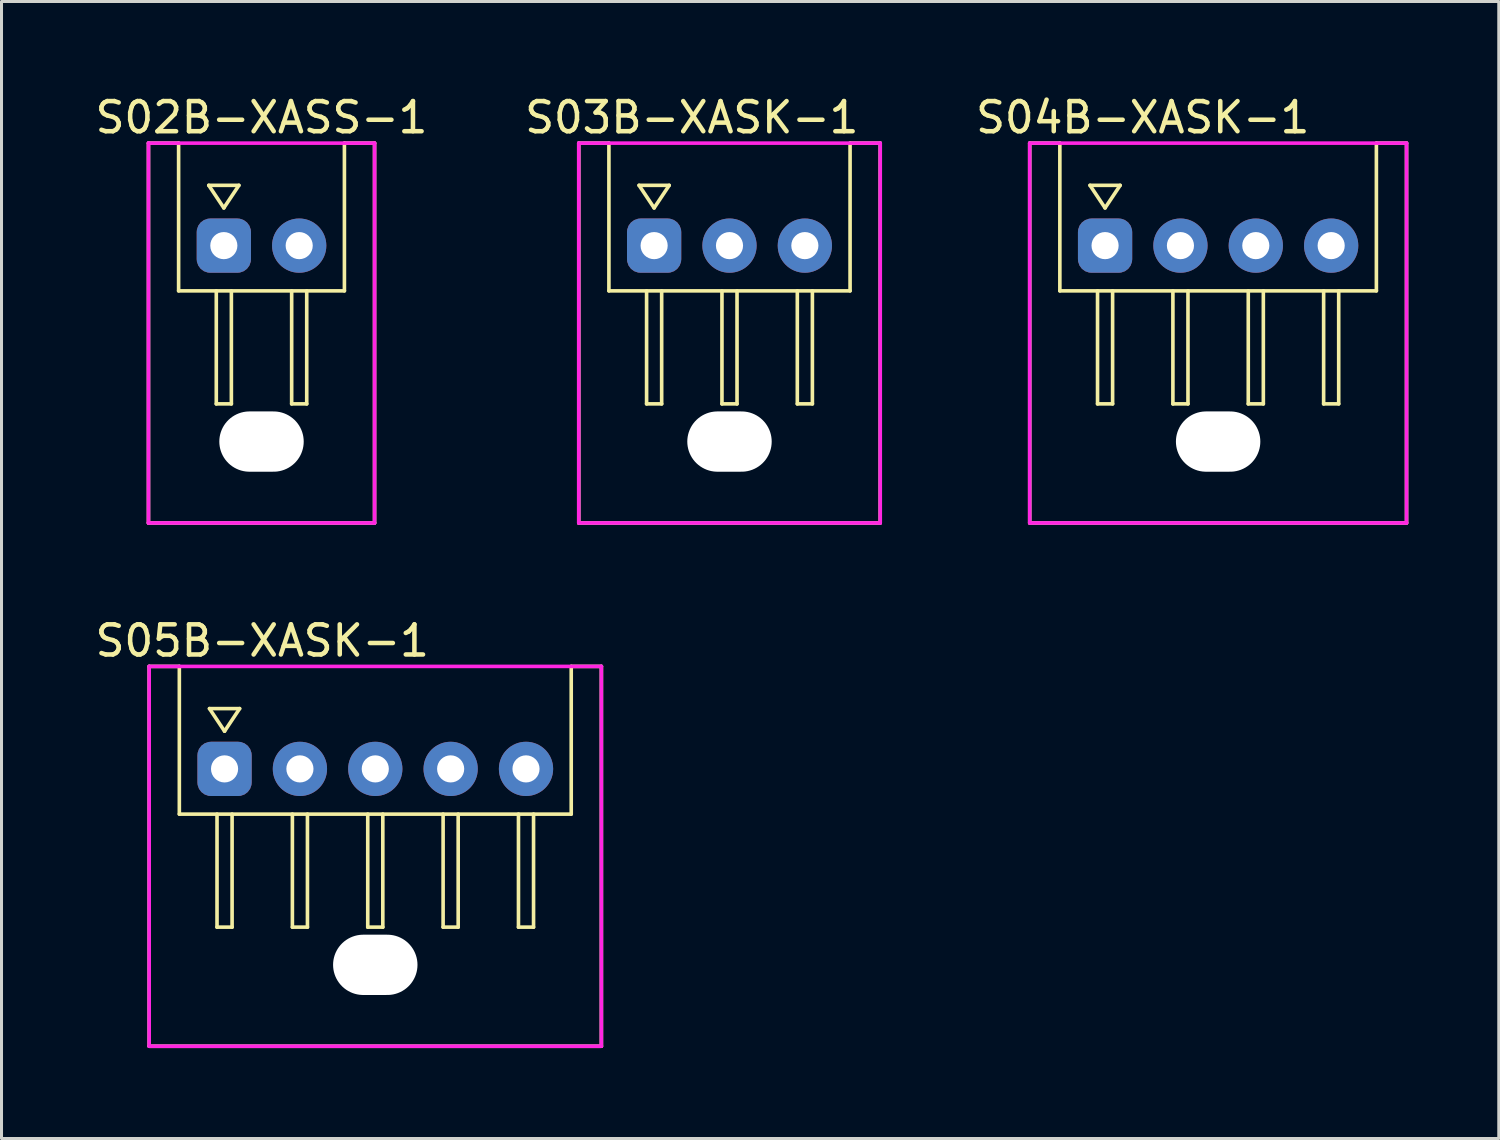
<source format=kicad_pcb>
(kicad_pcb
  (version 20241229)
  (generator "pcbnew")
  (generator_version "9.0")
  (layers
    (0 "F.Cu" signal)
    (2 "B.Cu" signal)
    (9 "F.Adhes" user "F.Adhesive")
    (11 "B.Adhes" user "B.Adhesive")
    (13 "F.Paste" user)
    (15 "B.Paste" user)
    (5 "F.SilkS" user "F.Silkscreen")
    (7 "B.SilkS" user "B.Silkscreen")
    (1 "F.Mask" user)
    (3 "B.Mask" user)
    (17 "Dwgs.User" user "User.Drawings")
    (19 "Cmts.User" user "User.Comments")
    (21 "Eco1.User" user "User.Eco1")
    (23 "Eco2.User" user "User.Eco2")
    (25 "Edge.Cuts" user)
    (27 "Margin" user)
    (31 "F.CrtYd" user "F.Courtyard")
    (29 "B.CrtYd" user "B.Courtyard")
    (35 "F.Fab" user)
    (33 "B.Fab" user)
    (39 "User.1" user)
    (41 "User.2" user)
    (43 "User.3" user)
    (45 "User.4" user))
  (footprint "S02B-XASS-1"
    (layer "F.Cu")
    (at 4.375 5.098)
    (property "Reference" "S02B-XASS-1" (at 1.25 -4.25 180) (layer "F.SilkS") (effects (font (size 1 1) (thickness 0.15))))
    (attr through_hole)
    (fp_line (start -2.5 -3.4) (end -1.5 -3.4) (stroke (width 0.12) (type solid)) (layer "F.SilkS"))
    (fp_line (start -2.5 9.2) (end -2.5 -3.4) (stroke (width 0.12) (type solid)) (layer "F.SilkS"))
    (fp_line (start -1.5 1.5) (end -1.5 -3.4) (stroke (width 0.12) (type solid)) (layer "F.SilkS"))
    (fp_line (start -0.5 -2) (end 0 -1.25) (stroke (width 0.12) (type solid)) (layer "F.SilkS"))
    (fp_line (start -0.25 5.25) (end -0.25 1.5) (stroke (width 0.12) (type solid)) (layer "F.SilkS"))
    (fp_line (start 0 -1.25) (end 0.5 -2) (stroke (width 0.12) (type solid)) (layer "F.SilkS"))
    (fp_line (start 0.25 1.5) (end 0.25 5.25) (stroke (width 0.12) (type solid)) (layer "F.SilkS"))
    (fp_line (start 0.25 5.25) (end -0.25 5.25) (stroke (width 0.12) (type solid)) (layer "F.SilkS"))
    (fp_line (start 0.5 -2) (end -0.5 -2) (stroke (width 0.12) (type solid)) (layer "F.SilkS"))
    (fp_line (start 2.25 5.25) (end 2.25 1.5) (stroke (width 0.12) (type solid)) (layer "F.SilkS"))
    (fp_line (start 2.75 1.5) (end 2.75 5.25) (stroke (width 0.12) (type solid)) (layer "F.SilkS"))
    (fp_line (start 2.75 5.25) (end 2.25 5.25) (stroke (width 0.12) (type solid)) (layer "F.SilkS"))
    (fp_line (start 4 -3.4) (end 4 1.5) (stroke (width 0.12) (type solid)) (layer "F.SilkS"))
    (fp_line (start 4 -3.4) (end 5 -3.4) (stroke (width 0.12) (type solid)) (layer "F.SilkS"))
    (fp_line (start 4 1.5) (end -1.5 1.5) (stroke (width 0.12) (type solid)) (layer "F.SilkS"))
    (fp_line (start 5 -3.4) (end 5 9.2) (stroke (width 0.12) (type solid)) (layer "F.SilkS"))
    (fp_line (start 5 9.2) (end -2.5 9.2) (stroke (width 0.12) (type solid)) (layer "F.SilkS"))
    (fp_line (start -2.5 -3.4) (end 5 -3.4) (stroke (width 0.12) (type solid)) (layer "F.CrtYd"))
    (fp_line (start -2.5 9.2) (end -2.5 -3.4) (stroke (width 0.12) (type solid)) (layer "F.CrtYd"))
    (fp_line (start 5 -3.4) (end 5 9.2) (stroke (width 0.12) (type solid)) (layer "F.CrtYd"))
    (fp_line (start 5 9.2) (end -2.5 9.2) (stroke (width 0.12) (type solid)) (layer "F.CrtYd"))
    (pad "" np_thru_hole oval (at 1.25 6.5 180) (size 2.8 2) (drill oval 2.8 2) (layers "*.Cu" "*.Mask"))
    (pad "1" thru_hole roundrect (at 0 0) (size 1.8 1.8) (drill 0.9) (layers "*.Cu" "*.Mask") (roundrect_rratio 0.25))
    (pad "2" thru_hole circle (at 2.5 0) (size 1.8 1.8) (drill 0.9) (layers "*.Cu" "*.Mask")))
  (footprint "S04B-XASK-1"
    (layer "F.Cu")
    (at 33.608 5.098)
    (property "Reference" "S04B-XASK-1" (at 1.25 -4.25 180) (layer "F.SilkS") (effects (font (size 1 1) (thickness 0.15))))
    (attr through_hole)
    (fp_line (start -2.5 -3.4) (end -1.5 -3.4) (stroke (width 0.12) (type solid)) (layer "F.SilkS"))
    (fp_line (start -2.5 9.2) (end -2.5 -3.4) (stroke (width 0.12) (type solid)) (layer "F.SilkS"))
    (fp_line (start -1.5 1.5) (end -1.5 -3.4) (stroke (width 0.12) (type solid)) (layer "F.SilkS"))
    (fp_line (start -0.5 -2) (end 0 -1.25) (stroke (width 0.12) (type solid)) (layer "F.SilkS"))
    (fp_line (start -0.25 5.25) (end -0.25 1.5) (stroke (width 0.12) (type solid)) (layer "F.SilkS"))
    (fp_line (start 0 -1.25) (end 0.5 -2) (stroke (width 0.12) (type solid)) (layer "F.SilkS"))
    (fp_line (start 0.25 1.5) (end 0.25 5.25) (stroke (width 0.12) (type solid)) (layer "F.SilkS"))
    (fp_line (start 0.25 5.25) (end -0.25 5.25) (stroke (width 0.12) (type solid)) (layer "F.SilkS"))
    (fp_line (start 0.5 -2) (end -0.5 -2) (stroke (width 0.12) (type solid)) (layer "F.SilkS"))
    (fp_line (start 2.25 5.25) (end 2.25 1.5) (stroke (width 0.12) (type solid)) (layer "F.SilkS"))
    (fp_line (start 2.75 1.5) (end 2.75 5.25) (stroke (width 0.12) (type solid)) (layer "F.SilkS"))
    (fp_line (start 2.75 5.25) (end 2.25 5.25) (stroke (width 0.12) (type solid)) (layer "F.SilkS"))
    (fp_line (start 4.75 5.25) (end 4.75 1.5) (stroke (width 0.12) (type solid)) (layer "F.SilkS"))
    (fp_line (start 5.25 1.5) (end 5.25 5.25) (stroke (width 0.12) (type solid)) (layer "F.SilkS"))
    (fp_line (start 5.25 5.25) (end 4.75 5.25) (stroke (width 0.12) (type solid)) (layer "F.SilkS"))
    (fp_line (start 7.25 5.25) (end 7.25 1.5) (stroke (width 0.12) (type solid)) (layer "F.SilkS"))
    (fp_line (start 7.75 1.5) (end 7.75 5.25) (stroke (width 0.12) (type solid)) (layer "F.SilkS"))
    (fp_line (start 7.75 5.25) (end 7.25 5.25) (stroke (width 0.12) (type solid)) (layer "F.SilkS"))
    (fp_line (start 9 -3.4) (end 9 1.5) (stroke (width 0.12) (type solid)) (layer "F.SilkS"))
    (fp_line (start 9 -3.4) (end 10 -3.4) (stroke (width 0.12) (type solid)) (layer "F.SilkS"))
    (fp_line (start 9 1.5) (end -1.5 1.5) (stroke (width 0.12) (type solid)) (layer "F.SilkS"))
    (fp_line (start 10 -3.4) (end 10 9.2) (stroke (width 0.12) (type solid)) (layer "F.SilkS"))
    (fp_line (start 10 9.2) (end -2.5 9.2) (stroke (width 0.12) (type solid)) (layer "F.SilkS"))
    (fp_line (start -2.5 -3.4) (end 10 -3.4) (stroke (width 0.12) (type solid)) (layer "F.CrtYd"))
    (fp_line (start -2.5 9.2) (end -2.5 -3.4) (stroke (width 0.12) (type solid)) (layer "F.CrtYd"))
    (fp_line (start 10 -3.4) (end 10 9.2) (stroke (width 0.12) (type solid)) (layer "F.CrtYd"))
    (fp_line (start 10 9.2) (end -2.5 9.2) (stroke (width 0.12) (type solid)) (layer "F.CrtYd"))
    (pad "" np_thru_hole oval (at 3.75 6.5 180) (size 2.8 2) (drill oval 2.8 2) (layers "*.Cu" "*.Mask"))
    (pad "1" thru_hole roundrect (at 0 0) (size 1.8 1.8) (drill 0.9) (layers "*.Cu" "*.Mask") (roundrect_rratio 0.25))
    (pad "2" thru_hole circle (at 2.5 0) (size 1.8 1.8) (drill 0.9) (layers "*.Cu" "*.Mask"))
    (pad "3" thru_hole circle (at 5 0) (size 1.8 1.8) (drill 0.9) (layers "*.Cu" "*.Mask"))
    (pad "4" thru_hole circle (at 7.5 0) (size 1.8 1.8) (drill 0.9) (layers "*.Cu" "*.Mask")))
  (footprint "S03B-XASK-1"
    (layer "F.Cu")
    (at 18.649 5.098)
    (property "Reference" "S03B-XASK-1" (at 1.25 -4.25 180) (layer "F.SilkS") (effects (font (size 1 1) (thickness 0.15))))
    (attr through_hole)
    (fp_line (start -2.5 -3.4) (end -1.5 -3.4) (stroke (width 0.12) (type solid)) (layer "F.SilkS"))
    (fp_line (start -2.5 9.2) (end -2.5 -3.4) (stroke (width 0.12) (type solid)) (layer "F.SilkS"))
    (fp_line (start -1.5 1.5) (end -1.5 -3.4) (stroke (width 0.12) (type solid)) (layer "F.SilkS"))
    (fp_line (start -0.5 -2) (end 0 -1.25) (stroke (width 0.12) (type solid)) (layer "F.SilkS"))
    (fp_line (start -0.25 5.25) (end -0.25 1.5) (stroke (width 0.12) (type solid)) (layer "F.SilkS"))
    (fp_line (start 0 -1.25) (end 0.5 -2) (stroke (width 0.12) (type solid)) (layer "F.SilkS"))
    (fp_line (start 0.25 1.5) (end 0.25 5.25) (stroke (width 0.12) (type solid)) (layer "F.SilkS"))
    (fp_line (start 0.25 5.25) (end -0.25 5.25) (stroke (width 0.12) (type solid)) (layer "F.SilkS"))
    (fp_line (start 0.5 -2) (end -0.5 -2) (stroke (width 0.12) (type solid)) (layer "F.SilkS"))
    (fp_line (start 2.25 5.25) (end 2.25 1.5) (stroke (width 0.12) (type solid)) (layer "F.SilkS"))
    (fp_line (start 2.75 1.5) (end 2.75 5.25) (stroke (width 0.12) (type solid)) (layer "F.SilkS"))
    (fp_line (start 2.75 5.25) (end 2.25 5.25) (stroke (width 0.12) (type solid)) (layer "F.SilkS"))
    (fp_line (start 4.75 5.25) (end 4.75 1.5) (stroke (width 0.12) (type solid)) (layer "F.SilkS"))
    (fp_line (start 5.25 1.5) (end 5.25 5.25) (stroke (width 0.12) (type solid)) (layer "F.SilkS"))
    (fp_line (start 5.25 5.25) (end 4.75 5.25) (stroke (width 0.12) (type solid)) (layer "F.SilkS"))
    (fp_line (start 6.5 -3.4) (end 6.5 1.5) (stroke (width 0.12) (type solid)) (layer "F.SilkS"))
    (fp_line (start 6.5 -3.4) (end 7.5 -3.4) (stroke (width 0.12) (type solid)) (layer "F.SilkS"))
    (fp_line (start 6.5 1.5) (end -1.5 1.5) (stroke (width 0.12) (type solid)) (layer "F.SilkS"))
    (fp_line (start 7.5 -3.4) (end 7.5 9.2) (stroke (width 0.12) (type solid)) (layer "F.SilkS"))
    (fp_line (start 7.5 9.2) (end -2.5 9.2) (stroke (width 0.12) (type solid)) (layer "F.SilkS"))
    (fp_line (start -2.5 -3.4) (end 7.5 -3.4) (stroke (width 0.12) (type solid)) (layer "F.CrtYd"))
    (fp_line (start -2.5 9.2) (end -2.5 -3.4) (stroke (width 0.12) (type solid)) (layer "F.CrtYd"))
    (fp_line (start 7.5 -3.4) (end 7.5 9.2) (stroke (width 0.12) (type solid)) (layer "F.CrtYd"))
    (fp_line (start 7.5 9.2) (end -2.5 9.2) (stroke (width 0.12) (type solid)) (layer "F.CrtYd"))
    (pad "" np_thru_hole oval (at 2.5 6.5 180) (size 2.8 2) (drill oval 2.8 2) (layers "*.Cu" "*.Mask"))
    (pad "1" thru_hole roundrect (at 0 0) (size 1.8 1.8) (drill 0.9) (layers "*.Cu" "*.Mask") (roundrect_rratio 0.25))
    (pad "2" thru_hole circle (at 2.5 0) (size 1.8 1.8) (drill 0.9) (layers "*.Cu" "*.Mask"))
    (pad "3" thru_hole circle (at 5 0) (size 1.8 1.8) (drill 0.9) (layers "*.Cu" "*.Mask")))
  (footprint "S05B-XASK-1"
    (layer "F.Cu")
    (at 4.399 22.456)
    (property "Reference" "S05B-XASK-1" (at 1.25 -4.25 180) (layer "F.SilkS") (effects (font (size 1 1) (thickness 0.15))))
    (attr through_hole)
    (fp_line (start -2.5 -3.4) (end -1.5 -3.4) (stroke (width 0.12) (type solid)) (layer "F.SilkS"))
    (fp_line (start -2.5 9.2) (end -2.5 -3.4) (stroke (width 0.12) (type solid)) (layer "F.SilkS"))
    (fp_line (start -1.5 1.5) (end -1.5 -3.4) (stroke (width 0.12) (type solid)) (layer "F.SilkS"))
    (fp_line (start -0.5 -2) (end 0 -1.25) (stroke (width 0.12) (type solid)) (layer "F.SilkS"))
    (fp_line (start -0.25 5.25) (end -0.25 1.5) (stroke (width 0.12) (type solid)) (layer "F.SilkS"))
    (fp_line (start 0 -1.25) (end 0.5 -2) (stroke (width 0.12) (type solid)) (layer "F.SilkS"))
    (fp_line (start 0.25 1.5) (end 0.25 5.25) (stroke (width 0.12) (type solid)) (layer "F.SilkS"))
    (fp_line (start 0.25 5.25) (end -0.25 5.25) (stroke (width 0.12) (type solid)) (layer "F.SilkS"))
    (fp_line (start 0.5 -2) (end -0.5 -2) (stroke (width 0.12) (type solid)) (layer "F.SilkS"))
    (fp_line (start 2.25 5.25) (end 2.25 1.5) (stroke (width 0.12) (type solid)) (layer "F.SilkS"))
    (fp_line (start 2.75 1.5) (end 2.75 5.25) (stroke (width 0.12) (type solid)) (layer "F.SilkS"))
    (fp_line (start 2.75 5.25) (end 2.25 5.25) (stroke (width 0.12) (type solid)) (layer "F.SilkS"))
    (fp_line (start 4.75 5.25) (end 4.75 1.5) (stroke (width 0.12) (type solid)) (layer "F.SilkS"))
    (fp_line (start 5.25 1.5) (end 5.25 5.25) (stroke (width 0.12) (type solid)) (layer "F.SilkS"))
    (fp_line (start 5.25 5.25) (end 4.75 5.25) (stroke (width 0.12) (type solid)) (layer "F.SilkS"))
    (fp_line (start 7.25 5.25) (end 7.25 1.5) (stroke (width 0.12) (type solid)) (layer "F.SilkS"))
    (fp_line (start 7.75 1.5) (end 7.75 5.25) (stroke (width 0.12) (type solid)) (layer "F.SilkS"))
    (fp_line (start 7.75 5.25) (end 7.25 5.25) (stroke (width 0.12) (type solid)) (layer "F.SilkS"))
    (fp_line (start 9.75 5.25) (end 9.75 1.5) (stroke (width 0.12) (type solid)) (layer "F.SilkS"))
    (fp_line (start 10.25 1.5) (end 10.25 5.25) (stroke (width 0.12) (type solid)) (layer "F.SilkS"))
    (fp_line (start 10.25 5.25) (end 9.75 5.25) (stroke (width 0.12) (type solid)) (layer "F.SilkS"))
    (fp_line (start 11.5 -3.4) (end 11.5 1.5) (stroke (width 0.12) (type solid)) (layer "F.SilkS"))
    (fp_line (start 11.5 -3.4) (end 12.5 -3.4) (stroke (width 0.12) (type solid)) (layer "F.SilkS"))
    (fp_line (start 11.5 1.5) (end -1.5 1.5) (stroke (width 0.12) (type solid)) (layer "F.SilkS"))
    (fp_line (start 12.5 -3.4) (end 12.5 9.2) (stroke (width 0.12) (type solid)) (layer "F.SilkS"))
    (fp_line (start 12.5 9.2) (end -2.5 9.2) (stroke (width 0.12) (type solid)) (layer "F.SilkS"))
    (fp_line (start -2.5 -3.4) (end 12.5 -3.4) (stroke (width 0.12) (type solid)) (layer "F.CrtYd"))
    (fp_line (start -2.5 9.2) (end -2.5 -3.4) (stroke (width 0.12) (type solid)) (layer "F.CrtYd"))
    (fp_line (start 12.5 -3.4) (end 12.5 9.2) (stroke (width 0.12) (type solid)) (layer "F.CrtYd"))
    (fp_line (start 12.5 9.2) (end -2.5 9.2) (stroke (width 0.12) (type solid)) (layer "F.CrtYd"))
    (pad "" np_thru_hole oval (at 5 6.5 180) (size 2.8 2) (drill oval 2.8 2) (layers "*.Cu" "*.Mask"))
    (pad "1" thru_hole roundrect (at 0 0) (size 1.8 1.8) (drill 0.9) (layers "*.Cu" "*.Mask") (roundrect_rratio 0.25))
    (pad "2" thru_hole circle (at 2.5 0) (size 1.8 1.8) (drill 0.9) (layers "*.Cu" "*.Mask"))
    (pad "3" thru_hole circle (at 5 0) (size 1.8 1.8) (drill 0.9) (layers "*.Cu" "*.Mask"))
    (pad "4" thru_hole circle (at 7.5 0) (size 1.8 1.8) (drill 0.9) (layers "*.Cu" "*.Mask"))
    (pad "5" thru_hole circle (at 10 0) (size 1.8 1.8) (drill 0.9) (layers "*.Cu" "*.Mask")))
  (gr_rect
    (start -3 -3)
    (end 46.668 34.717)
    (stroke (width 0.1) (type default))
    (fill no)
    (layer "Edge.Cuts")))
</source>
